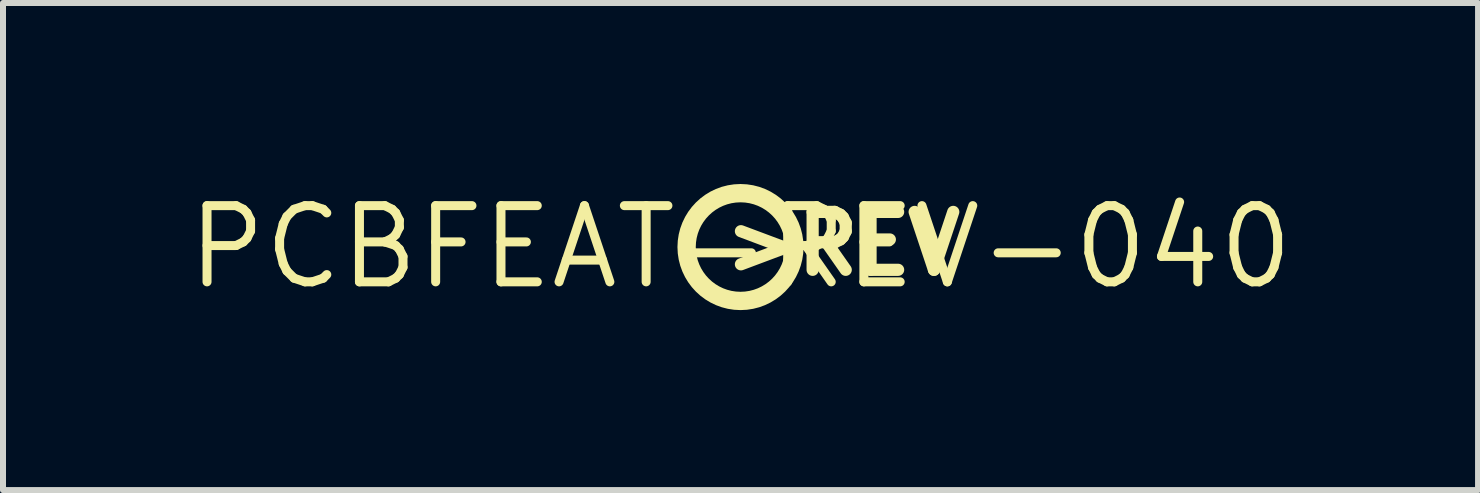
<source format=kicad_pcb>
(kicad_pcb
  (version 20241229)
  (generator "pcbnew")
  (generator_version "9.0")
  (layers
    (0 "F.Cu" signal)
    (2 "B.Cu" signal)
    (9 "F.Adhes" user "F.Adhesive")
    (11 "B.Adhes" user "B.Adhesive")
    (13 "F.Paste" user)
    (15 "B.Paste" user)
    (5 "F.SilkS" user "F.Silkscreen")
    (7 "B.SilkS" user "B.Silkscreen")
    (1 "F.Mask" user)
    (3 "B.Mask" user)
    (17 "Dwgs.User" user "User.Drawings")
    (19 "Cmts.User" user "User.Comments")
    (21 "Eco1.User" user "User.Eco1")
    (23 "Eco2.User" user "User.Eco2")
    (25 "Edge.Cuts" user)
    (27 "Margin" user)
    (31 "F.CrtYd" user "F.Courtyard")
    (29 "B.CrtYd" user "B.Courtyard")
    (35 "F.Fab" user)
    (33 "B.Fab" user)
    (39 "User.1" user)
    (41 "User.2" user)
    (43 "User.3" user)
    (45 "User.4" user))
  (footprint "PCBFEAT-REV-040"
    (layer "F.Cu")
    (at 9.29 1.067)
    (property "Reference" "PCBFEAT-REV-040" (at 0 0 0) (layer "F.SilkS") (effects (font (size 1.27 1.27) (thickness 0.15))))
    (attr through_hole)
    (fp_circle (center 0 0) (end 0.898 0) (stroke (width 0.305) (type solid)) (fill no) (layer "F.SilkS"))
    (fp_text user ">REV" (at -0.356 0.508 0) (layer "F.SilkS") (effects (font (size 0.965 0.965) (thickness 0.203)) (justify left bottom))))
  (gr_rect
    (start -3 -3)
    (end 21.581 5.117)
    (stroke (width 0.1) (type default))
    (fill no)
    (layer "Edge.Cuts")))
</source>
